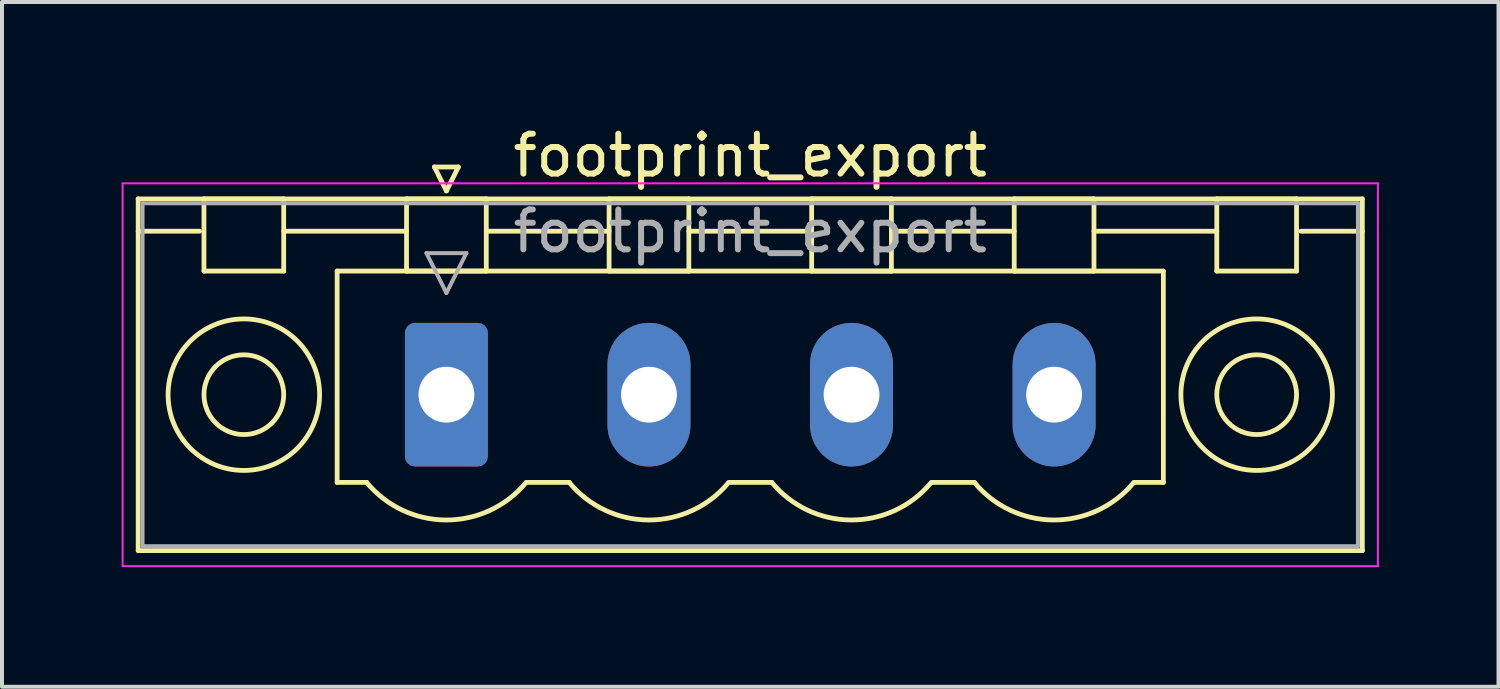
<source format=kicad_pcb>
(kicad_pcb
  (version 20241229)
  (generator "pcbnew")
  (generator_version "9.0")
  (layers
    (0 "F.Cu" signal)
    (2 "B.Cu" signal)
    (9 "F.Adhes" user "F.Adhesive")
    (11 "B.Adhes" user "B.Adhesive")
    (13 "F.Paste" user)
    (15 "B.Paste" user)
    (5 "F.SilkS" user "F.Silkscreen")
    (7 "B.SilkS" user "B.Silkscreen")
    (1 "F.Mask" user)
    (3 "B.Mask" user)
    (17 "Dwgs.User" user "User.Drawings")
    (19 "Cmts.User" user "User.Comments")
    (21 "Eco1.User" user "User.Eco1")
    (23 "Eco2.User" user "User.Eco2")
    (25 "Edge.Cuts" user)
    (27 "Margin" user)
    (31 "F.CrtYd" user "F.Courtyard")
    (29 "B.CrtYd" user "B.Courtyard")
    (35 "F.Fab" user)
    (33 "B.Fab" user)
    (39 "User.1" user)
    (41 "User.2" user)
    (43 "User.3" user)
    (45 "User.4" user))
  (footprint "footprint_export"
    (layer "F.Cu")
    (at 8.145 6.848)
    (property "Reference" "footprint_export" (at 7.62 -6 0) (layer "F.SilkS") (effects (font (size 1 1) (thickness 0.15))))
    (attr through_hole)
    (fp_line (start -7.73 -4.91) (end -7.73 3.91) (stroke (width 0.12) (type solid)) (layer "F.SilkS"))
    (fp_line (start -7.73 -4.1) (end -6.19 -4.1) (stroke (width 0.12) (type solid)) (layer "F.SilkS"))
    (fp_line (start -7.73 3.91) (end 22.97 3.91) (stroke (width 0.12) (type solid)) (layer "F.SilkS"))
    (fp_line (start -6.08 -4.91) (end -4.08 -4.91) (stroke (width 0.12) (type solid)) (layer "F.SilkS"))
    (fp_line (start -6.08 -3.1) (end -6.08 -4.91) (stroke (width 0.12) (type solid)) (layer "F.SilkS"))
    (fp_line (start -4.08 -4.91) (end -4.08 -3.1) (stroke (width 0.12) (type solid)) (layer "F.SilkS"))
    (fp_line (start -4.08 -4.1) (end -1 -4.1) (stroke (width 0.12) (type solid)) (layer "F.SilkS"))
    (fp_line (start -4.08 -3.1) (end -6.08 -3.1) (stroke (width 0.12) (type solid)) (layer "F.SilkS"))
    (fp_line (start -2.74 -3.1) (end 17.98 -3.1) (stroke (width 0.12) (type solid)) (layer "F.SilkS"))
    (fp_line (start -2.74 2.2) (end -2.74 -3.1) (stroke (width 0.12) (type solid)) (layer "F.SilkS"))
    (fp_line (start -2 2.2) (end -2.74 2.2) (stroke (width 0.12) (type solid)) (layer "F.SilkS"))
    (fp_line (start -1 -4.91) (end 1 -4.91) (stroke (width 0.12) (type solid)) (layer "F.SilkS"))
    (fp_line (start -1 -3.1) (end -1 -4.91) (stroke (width 0.12) (type solid)) (layer "F.SilkS"))
    (fp_line (start -0.3 -5.71) (end 0.3 -5.71) (stroke (width 0.12) (type solid)) (layer "F.SilkS"))
    (fp_line (start 0 -5.11) (end -0.3 -5.71) (stroke (width 0.12) (type solid)) (layer "F.SilkS"))
    (fp_line (start 0.3 -5.71) (end 0 -5.11) (stroke (width 0.12) (type solid)) (layer "F.SilkS"))
    (fp_line (start 1 -4.91) (end 1 -3.1) (stroke (width 0.12) (type solid)) (layer "F.SilkS"))
    (fp_line (start 1 -4.1) (end 4.08 -4.1) (stroke (width 0.12) (type solid)) (layer "F.SilkS"))
    (fp_line (start 1 -3.1) (end -1 -3.1) (stroke (width 0.12) (type solid)) (layer "F.SilkS"))
    (fp_line (start 2 2.2) (end 3.08 2.2) (stroke (width 0.12) (type solid)) (layer "F.SilkS"))
    (fp_line (start 4.08 -4.91) (end 6.08 -4.91) (stroke (width 0.12) (type solid)) (layer "F.SilkS"))
    (fp_line (start 4.08 -3.1) (end 4.08 -4.91) (stroke (width 0.12) (type solid)) (layer "F.SilkS"))
    (fp_line (start 6.08 -4.91) (end 6.08 -3.1) (stroke (width 0.12) (type solid)) (layer "F.SilkS"))
    (fp_line (start 6.08 -4.1) (end 9.16 -4.1) (stroke (width 0.12) (type solid)) (layer "F.SilkS"))
    (fp_line (start 6.08 -3.1) (end 4.08 -3.1) (stroke (width 0.12) (type solid)) (layer "F.SilkS"))
    (fp_line (start 7.08 2.2) (end 8.16 2.2) (stroke (width 0.12) (type solid)) (layer "F.SilkS"))
    (fp_line (start 9.16 -4.91) (end 11.16 -4.91) (stroke (width 0.12) (type solid)) (layer "F.SilkS"))
    (fp_line (start 9.16 -3.1) (end 9.16 -4.91) (stroke (width 0.12) (type solid)) (layer "F.SilkS"))
    (fp_line (start 11.16 -4.91) (end 11.16 -3.1) (stroke (width 0.12) (type solid)) (layer "F.SilkS"))
    (fp_line (start 11.16 -4.1) (end 14.24 -4.1) (stroke (width 0.12) (type solid)) (layer "F.SilkS"))
    (fp_line (start 11.16 -3.1) (end 9.16 -3.1) (stroke (width 0.12) (type solid)) (layer "F.SilkS"))
    (fp_line (start 12.16 2.2) (end 13.24 2.2) (stroke (width 0.12) (type solid)) (layer "F.SilkS"))
    (fp_line (start 14.24 -4.91) (end 16.24 -4.91) (stroke (width 0.12) (type solid)) (layer "F.SilkS"))
    (fp_line (start 14.24 -3.1) (end 14.24 -4.91) (stroke (width 0.12) (type solid)) (layer "F.SilkS"))
    (fp_line (start 16.24 -4.91) (end 16.24 -3.1) (stroke (width 0.12) (type solid)) (layer "F.SilkS"))
    (fp_line (start 16.24 -4.1) (end 19.32 -4.1) (stroke (width 0.12) (type solid)) (layer "F.SilkS"))
    (fp_line (start 16.24 -3.1) (end 14.24 -3.1) (stroke (width 0.12) (type solid)) (layer "F.SilkS"))
    (fp_line (start 17.98 -3.1) (end 17.98 2.2) (stroke (width 0.12) (type solid)) (layer "F.SilkS"))
    (fp_line (start 17.98 2.2) (end 17.24 2.2) (stroke (width 0.12) (type solid)) (layer "F.SilkS"))
    (fp_line (start 19.32 -4.91) (end 21.32 -4.91) (stroke (width 0.12) (type solid)) (layer "F.SilkS"))
    (fp_line (start 19.32 -3.1) (end 19.32 -4.91) (stroke (width 0.12) (type solid)) (layer "F.SilkS"))
    (fp_line (start 21.32 -4.91) (end 21.32 -3.1) (stroke (width 0.12) (type solid)) (layer "F.SilkS"))
    (fp_line (start 21.32 -3.1) (end 19.32 -3.1) (stroke (width 0.12) (type solid)) (layer "F.SilkS"))
    (fp_line (start 22.97 -4.91) (end -7.73 -4.91) (stroke (width 0.12) (type solid)) (layer "F.SilkS"))
    (fp_line (start 22.97 -4.1) (end 21.43 -4.1) (stroke (width 0.12) (type solid)) (layer "F.SilkS"))
    (fp_line (start 22.97 3.91) (end 22.97 -4.91) (stroke (width 0.12) (type solid)) (layer "F.SilkS"))
    (fp_arc (start 1.986842 2.215821) (mid -0.010289 3.142758) (end -2 2.2) (stroke (width 0.12) (type solid)) (layer "F.SilkS"))
    (fp_arc (start 7.066842 2.215821) (mid 5.069711 3.142758) (end 3.08 2.2) (stroke (width 0.12) (type solid)) (layer "F.SilkS"))
    (fp_arc (start 12.146842 2.215821) (mid 10.149711 3.142758) (end 8.16 2.2) (stroke (width 0.12) (type solid)) (layer "F.SilkS"))
    (fp_arc (start 17.226842 2.215821) (mid 15.229711 3.142758) (end 13.24 2.2) (stroke (width 0.12) (type solid)) (layer "F.SilkS"))
    (fp_circle (center -5.08 0) (end -4.08 0) (stroke (width 0.12) (type solid)) (fill no) (layer "F.SilkS"))
    (fp_circle (center -5.08 0) (end -3.18 0) (stroke (width 0.12) (type solid)) (fill no) (layer "F.SilkS"))
    (fp_circle (center 20.32 0) (end 21.32 0) (stroke (width 0.12) (type solid)) (fill no) (layer "F.SilkS"))
    (fp_circle (center 20.32 0) (end 22.22 0) (stroke (width 0.12) (type solid)) (fill no) (layer "F.SilkS"))
    (fp_line (start -8.12 -5.3) (end -8.12 4.3) (stroke (width 0.05) (type solid)) (layer "F.CrtYd"))
    (fp_line (start -8.12 4.3) (end 23.36 4.3) (stroke (width 0.05) (type solid)) (layer "F.CrtYd"))
    (fp_line (start 23.36 -5.3) (end -8.12 -5.3) (stroke (width 0.05) (type solid)) (layer "F.CrtYd"))
    (fp_line (start 23.36 4.3) (end 23.36 -5.3) (stroke (width 0.05) (type solid)) (layer "F.CrtYd"))
    (fp_line (start -7.62 -4.8) (end -7.62 3.8) (stroke (width 0.1) (type solid)) (layer "F.Fab"))
    (fp_line (start -7.62 3.8) (end 22.86 3.8) (stroke (width 0.1) (type solid)) (layer "F.Fab"))
    (fp_line (start -0.5 -3.55) (end 0.5 -3.55) (stroke (width 0.1) (type solid)) (layer "F.Fab"))
    (fp_line (start 0 -2.55) (end -0.5 -3.55) (stroke (width 0.1) (type solid)) (layer "F.Fab"))
    (fp_line (start 0.5 -3.55) (end 0 -2.55) (stroke (width 0.1) (type solid)) (layer "F.Fab"))
    (fp_line (start 22.86 -4.8) (end -7.62 -4.8) (stroke (width 0.1) (type solid)) (layer "F.Fab"))
    (fp_line (start 22.86 3.8) (end 22.86 -4.8) (stroke (width 0.1) (type solid)) (layer "F.Fab"))
    (fp_text user "${REFERENCE}" (at 7.62 -4.1 0) (layer "F.Fab") (effects (font (size 1 1) (thickness 0.15))))
    (pad "1" thru_hole roundrect (at 0 0) (size 2.08 3.6) (drill 1.4) (layers "*.Cu" "*.Mask") (roundrect_rratio 0.12))
    (pad "2" thru_hole oval (at 5.08 0) (size 2.08 3.6) (drill 1.4) (layers "*.Cu" "*.Mask"))
    (pad "3" thru_hole oval (at 10.16 0) (size 2.08 3.6) (drill 1.4) (layers "*.Cu" "*.Mask"))
    (pad "4" thru_hole oval (at 15.24 0) (size 2.08 3.6) (drill 1.4) (layers "*.Cu" "*.Mask")))
  (gr_rect
    (start -3 -3)
    (end 34.53 14.173)
    (stroke (width 0.1) (type default))
    (fill no)
    (layer "Edge.Cuts")))
</source>
